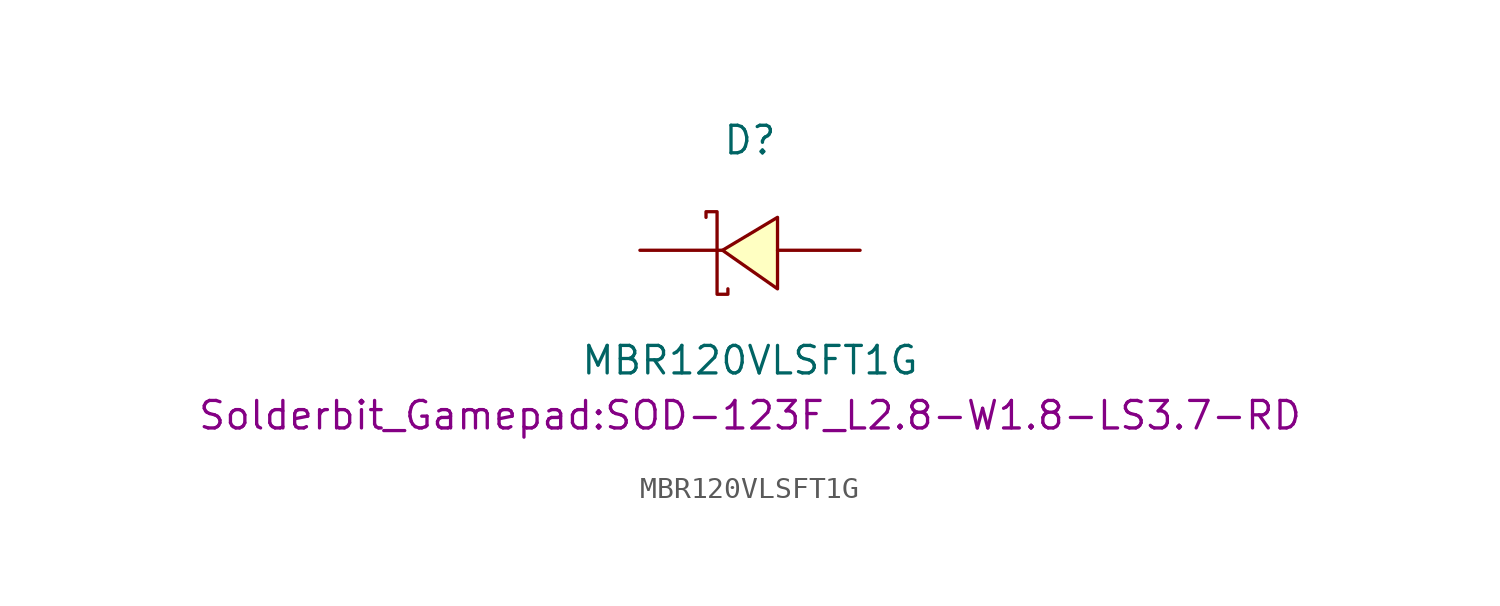
<source format=kicad_sym>
(kicad_symbol_lib
  (version 20241209)
  (generator "kicad_symbol_editor")
  (generator_version "9.0")
  (symbol "MBR120VLSFT1G"
    (pin_numbers
      (hide yes))
    (pin_names
      (hide yes))
    (property "Reference" "D"
      (at 0 5.08 0)
      (effects (font (size 1.27 1.27))))
    (property "Value" "MBR120VLSFT1G"
      (at 0 -5.08 0)
      (effects (font (size 1.27 1.27))))
    (property "Footprint" "Solderbit_Gamepad:SOD-123F_L2.8-W1.8-LS3.7-RD"
      (at 0 -7.62 0)
      (effects (font (size 1.27 1.27))))
    (symbol "MBR120VLSFT1G_0_1"
      (polyline (pts (xy -2.03 1.52) (xy -2.03 1.78) (xy -1.52 1.78) (xy -1.52 -2.03) (xy -1.02 -2.03) (xy -1.02 -1.78)) (stroke (width 0) (type default)) (fill (type none)))
      (polyline (pts (xy 1.27 1.52) (xy -1.27 0) (xy 1.27 -1.78) (xy 1.27 1.52)) (stroke (width 0) (type default)) (fill (type background))))
    (symbol "MBR120VLSFT1G_1_1"
      (pin unspecified line (at -5.08 0 0) (length 3.81) (name "" (effects (font (size 1.27 1.27)))) (number "1" (effects (font (size 1.27 1.27)))))
      (pin unspecified line (at 5.08 0 180) (length 3.81) (name "" (effects (font (size 1.27 1.27)))) (number "2" (effects (font (size 1.27 1.27))))))))
</source>
